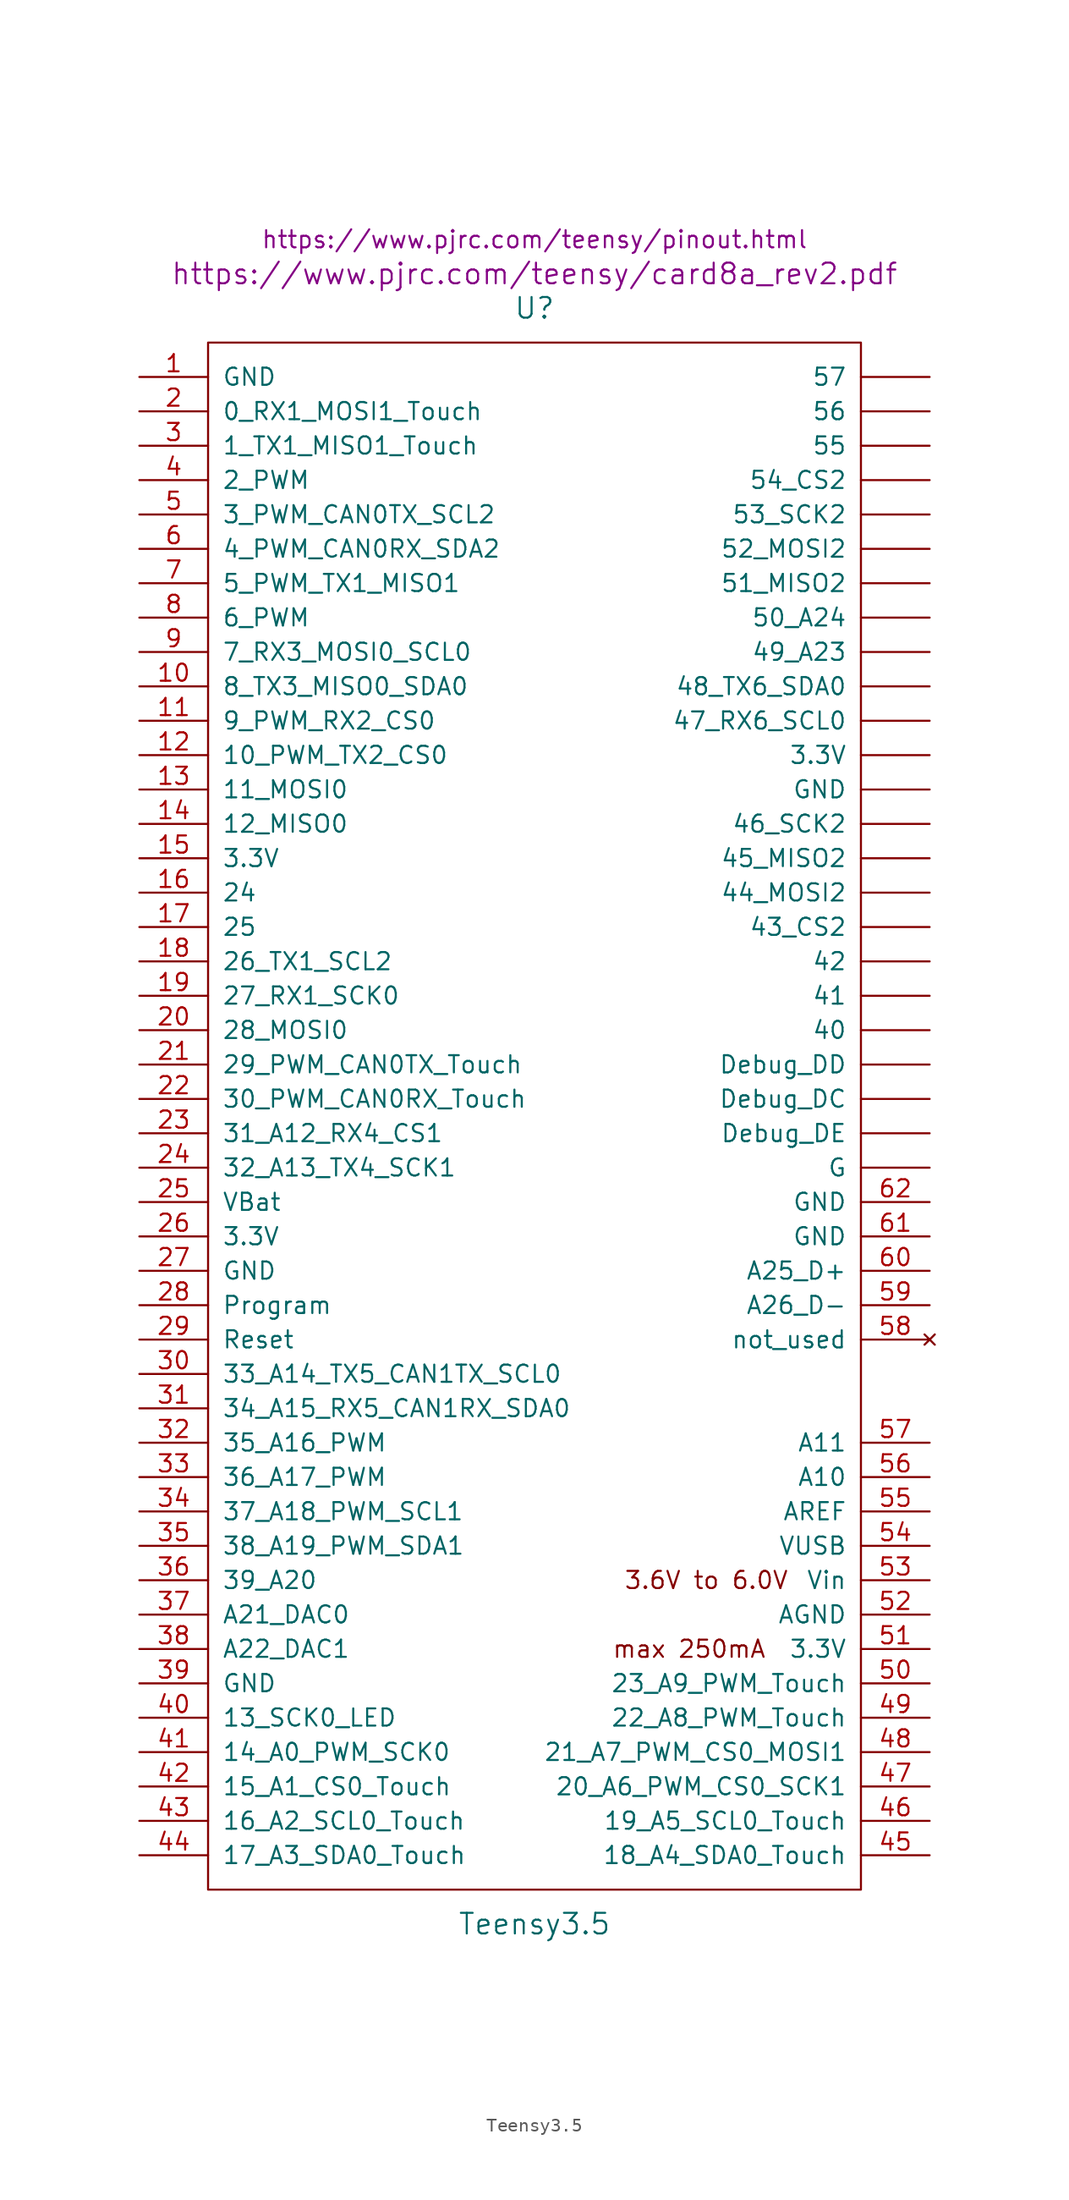
<source format=kicad_sym>
(kicad_symbol_lib
  (version 20241209)
  (generator "kicad_symbol_editor")
  (generator_version "9.0")
  (symbol "Teensy3.5"
    (pin_names
      (offset 1.016))
    (property "Reference" "U"
      (at 0 59.69 0)
      (effects (font (size 1.524 1.524))))
    (property "Value" "Teensy3.5"
      (at 0 -59.69 0)
      (effects (font (size 1.524 1.524))))
    (property "Footprint" ""
      (at -2.54 57.15 0)
      (effects (font (size 1.524 1.524))))
    (property "Datasheet" "https://www.pjrc.com/teensy/card8a_rev2.pdf"
      (at 0 62.23 0)
      (effects (font (size 1.524 1.524))))
    (property "Pinouts" "https://www.pjrc.com/teensy/pinout.html"
      (at 0 64.77 0)
      (effects (font (size 1.27 1.27))))
    (symbol "Teensy3.5_0_0"
      (text "max 250mA" (at 11.43 -39.37 0) (effects (font (size 1.27 1.27))))
      (text "3.6V to 6.0V" (at 12.7 -34.29 0) (effects (font (size 1.27 1.27)))))
    (symbol "Teensy3.5_0_1"
      (rectangle (start -24.13 57.15) (end 24.13 -57.15) (stroke (width 0) (type solid)) (fill (type none))))
    (symbol "Teensy3.5_1_1"
      (pin power_in line (at -29.21 54.61 0) (length 5.08) (name "GND" (effects (font (size 1.27 1.27)))) (number "1" (effects (font (size 1.27 1.27)))))
      (pin bidirectional line (at -29.21 52.07 0) (length 5.08) (name "0_RX1_MOSI1_Touch" (effects (font (size 1.27 1.27)))) (number "2" (effects (font (size 1.27 1.27)))))
      (pin bidirectional line (at -29.21 49.53 0) (length 5.08) (name "1_TX1_MISO1_Touch" (effects (font (size 1.27 1.27)))) (number "3" (effects (font (size 1.27 1.27)))))
      (pin bidirectional line (at -29.21 46.99 0) (length 5.08) (name "2_PWM" (effects (font (size 1.27 1.27)))) (number "4" (effects (font (size 1.27 1.27)))))
      (pin bidirectional line (at -29.21 44.45 0) (length 5.08) (name "3_PWM_CAN0TX_SCL2" (effects (font (size 1.27 1.27)))) (number "5" (effects (font (size 1.27 1.27)))))
      (pin bidirectional line (at -29.21 41.91 0) (length 5.08) (name "4_PWM_CAN0RX_SDA2" (effects (font (size 1.27 1.27)))) (number "6" (effects (font (size 1.27 1.27)))))
      (pin bidirectional line (at -29.21 39.37 0) (length 5.08) (name "5_PWM_TX1_MISO1" (effects (font (size 1.27 1.27)))) (number "7" (effects (font (size 1.27 1.27)))))
      (pin bidirectional line (at -29.21 36.83 0) (length 5.08) (name "6_PWM" (effects (font (size 1.27 1.27)))) (number "8" (effects (font (size 1.27 1.27)))))
      (pin bidirectional line (at -29.21 34.29 0) (length 5.08) (name "7_RX3_MOSI0_SCL0" (effects (font (size 1.27 1.27)))) (number "9" (effects (font (size 1.27 1.27)))))
      (pin bidirectional line (at -29.21 31.75 0) (length 5.08) (name "8_TX3_MISO0_SDA0" (effects (font (size 1.27 1.27)))) (number "10" (effects (font (size 1.27 1.27)))))
      (pin bidirectional line (at -29.21 29.21 0) (length 5.08) (name "9_PWM_RX2_CS0" (effects (font (size 1.27 1.27)))) (number "11" (effects (font (size 1.27 1.27)))))
      (pin bidirectional line (at -29.21 26.67 0) (length 5.08) (name "10_PWM_TX2_CS0" (effects (font (size 1.27 1.27)))) (number "12" (effects (font (size 1.27 1.27)))))
      (pin bidirectional line (at -29.21 24.13 0) (length 5.08) (name "11_MOSI0" (effects (font (size 1.27 1.27)))) (number "13" (effects (font (size 1.27 1.27)))))
      (pin bidirectional line (at -29.21 21.59 0) (length 5.08) (name "12_MISO0" (effects (font (size 1.27 1.27)))) (number "14" (effects (font (size 1.27 1.27)))))
      (pin power_out line (at -29.21 19.05 0) (length 5.08) (name "3.3V" (effects (font (size 1.27 1.27)))) (number "15" (effects (font (size 1.27 1.27)))))
      (pin bidirectional line (at -29.21 16.51 0) (length 5.08) (name "24" (effects (font (size 1.27 1.27)))) (number "16" (effects (font (size 1.27 1.27)))))
      (pin bidirectional line (at -29.21 13.97 0) (length 5.08) (name "25" (effects (font (size 1.27 1.27)))) (number "17" (effects (font (size 1.27 1.27)))))
      (pin bidirectional line (at -29.21 11.43 0) (length 5.08) (name "26_TX1_SCL2" (effects (font (size 1.27 1.27)))) (number "18" (effects (font (size 1.27 1.27)))))
      (pin bidirectional line (at -29.21 8.89 0) (length 5.08) (name "27_RX1_SCK0" (effects (font (size 1.27 1.27)))) (number "19" (effects (font (size 1.27 1.27)))))
      (pin bidirectional line (at -29.21 6.35 0) (length 5.08) (name "28_MOSI0" (effects (font (size 1.27 1.27)))) (number "20" (effects (font (size 1.27 1.27)))))
      (pin bidirectional line (at -29.21 3.81 0) (length 5.08) (name "29_PWM_CAN0TX_Touch" (effects (font (size 1.27 1.27)))) (number "21" (effects (font (size 1.27 1.27)))))
      (pin bidirectional line (at -29.21 1.27 0) (length 5.08) (name "30_PWM_CAN0RX_Touch" (effects (font (size 1.27 1.27)))) (number "22" (effects (font (size 1.27 1.27)))))
      (pin bidirectional line (at -29.21 -1.27 0) (length 5.08) (name "31_A12_RX4_CS1" (effects (font (size 1.27 1.27)))) (number "23" (effects (font (size 1.27 1.27)))))
      (pin bidirectional line (at -29.21 -3.81 0) (length 5.08) (name "32_A13_TX4_SCK1" (effects (font (size 1.27 1.27)))) (number "24" (effects (font (size 1.27 1.27)))))
      (pin power_in line (at -29.21 -6.35 0) (length 5.08) (name "VBat" (effects (font (size 1.27 1.27)))) (number "25" (effects (font (size 1.27 1.27)))))
      (pin power_in line (at -29.21 -8.89 0) (length 5.08) (name "3.3V" (effects (font (size 1.27 1.27)))) (number "26" (effects (font (size 1.27 1.27)))))
      (pin power_in line (at -29.21 -11.43 0) (length 5.08) (name "GND" (effects (font (size 1.27 1.27)))) (number "27" (effects (font (size 1.27 1.27)))))
      (pin input line (at -29.21 -13.97 0) (length 5.08) (name "Program" (effects (font (size 1.27 1.27)))) (number "28" (effects (font (size 1.27 1.27)))))
      (pin input line (at -29.21 -16.51 0) (length 5.08) (name "Reset" (effects (font (size 1.27 1.27)))) (number "29" (effects (font (size 1.27 1.27)))))
      (pin bidirectional line (at -29.21 -19.05 0) (length 5.08) (name "33_A14_TX5_CAN1TX_SCL0" (effects (font (size 1.27 1.27)))) (number "30" (effects (font (size 1.27 1.27)))))
      (pin bidirectional line (at -29.21 -21.59 0) (length 5.08) (name "34_A15_RX5_CAN1RX_SDA0" (effects (font (size 1.27 1.27)))) (number "31" (effects (font (size 1.27 1.27)))))
      (pin bidirectional line (at -29.21 -24.13 0) (length 5.08) (name "35_A16_PWM" (effects (font (size 1.27 1.27)))) (number "32" (effects (font (size 1.27 1.27)))))
      (pin bidirectional line (at -29.21 -26.67 0) (length 5.08) (name "36_A17_PWM" (effects (font (size 1.27 1.27)))) (number "33" (effects (font (size 1.27 1.27)))))
      (pin bidirectional line (at -29.21 -29.21 0) (length 5.08) (name "37_A18_PWM_SCL1" (effects (font (size 1.27 1.27)))) (number "34" (effects (font (size 1.27 1.27)))))
      (pin bidirectional line (at -29.21 -31.75 0) (length 5.08) (name "38_A19_PWM_SDA1" (effects (font (size 1.27 1.27)))) (number "35" (effects (font (size 1.27 1.27)))))
      (pin bidirectional line (at -29.21 -34.29 0) (length 5.08) (name "39_A20" (effects (font (size 1.27 1.27)))) (number "36" (effects (font (size 1.27 1.27)))))
      (pin bidirectional line (at -29.21 -36.83 0) (length 5.08) (name "A21_DAC0" (effects (font (size 1.27 1.27)))) (number "37" (effects (font (size 1.27 1.27)))))
      (pin bidirectional line (at -29.21 -39.37 0) (length 5.08) (name "A22_DAC1" (effects (font (size 1.27 1.27)))) (number "38" (effects (font (size 1.27 1.27)))))
      (pin power_in line (at -29.21 -41.91 0) (length 5.08) (name "GND" (effects (font (size 1.27 1.27)))) (number "39" (effects (font (size 1.27 1.27)))))
      (pin bidirectional line (at -29.21 -44.45 0) (length 5.08) (name "13_SCK0_LED" (effects (font (size 1.27 1.27)))) (number "40" (effects (font (size 1.27 1.27)))))
      (pin bidirectional line (at -29.21 -46.99 0) (length 5.08) (name "14_A0_PWM_SCK0" (effects (font (size 1.27 1.27)))) (number "41" (effects (font (size 1.27 1.27)))))
      (pin bidirectional line (at -29.21 -49.53 0) (length 5.08) (name "15_A1_CS0_Touch" (effects (font (size 1.27 1.27)))) (number "42" (effects (font (size 1.27 1.27)))))
      (pin bidirectional line (at -29.21 -52.07 0) (length 5.08) (name "16_A2_SCL0_Touch" (effects (font (size 1.27 1.27)))) (number "43" (effects (font (size 1.27 1.27)))))
      (pin bidirectional line (at -29.21 -54.61 0) (length 5.08) (name "17_A3_SDA0_Touch" (effects (font (size 1.27 1.27)))) (number "44" (effects (font (size 1.27 1.27)))))
      (pin bidirectional line (at 29.21 54.61 180) (length 5.08) (name "57" (effects (font (size 1.27 1.27)))) (number "~" (effects (font (size 1.27 1.27)))))
      (pin bidirectional line (at 29.21 52.07 180) (length 5.08) (name "56" (effects (font (size 1.27 1.27)))) (number "~" (effects (font (size 1.27 1.27)))))
      (pin bidirectional line (at 29.21 49.53 180) (length 5.08) (name "55" (effects (font (size 1.27 1.27)))) (number "~" (effects (font (size 1.27 1.27)))))
      (pin bidirectional line (at 29.21 46.99 180) (length 5.08) (name "54_CS2" (effects (font (size 1.27 1.27)))) (number "~" (effects (font (size 1.27 1.27)))))
      (pin bidirectional line (at 29.21 44.45 180) (length 5.08) (name "53_SCK2" (effects (font (size 1.27 1.27)))) (number "~" (effects (font (size 1.27 1.27)))))
      (pin bidirectional line (at 29.21 41.91 180) (length 5.08) (name "52_MOSI2" (effects (font (size 1.27 1.27)))) (number "~" (effects (font (size 1.27 1.27)))))
      (pin bidirectional line (at 29.21 39.37 180) (length 5.08) (name "51_MISO2" (effects (font (size 1.27 1.27)))) (number "~" (effects (font (size 1.27 1.27)))))
      (pin bidirectional line (at 29.21 36.83 180) (length 5.08) (name "50_A24" (effects (font (size 1.27 1.27)))) (number "~" (effects (font (size 1.27 1.27)))))
      (pin bidirectional line (at 29.21 34.29 180) (length 5.08) (name "49_A23" (effects (font (size 1.27 1.27)))) (number "~" (effects (font (size 1.27 1.27)))))
      (pin bidirectional line (at 29.21 31.75 180) (length 5.08) (name "48_TX6_SDA0" (effects (font (size 1.27 1.27)))) (number "~" (effects (font (size 1.27 1.27)))))
      (pin bidirectional line (at 29.21 29.21 180) (length 5.08) (name "47_RX6_SCL0" (effects (font (size 1.27 1.27)))) (number "~" (effects (font (size 1.27 1.27)))))
      (pin power_in line (at 29.21 26.67 180) (length 5.08) (name "3.3V" (effects (font (size 1.27 1.27)))) (number "~" (effects (font (size 1.27 1.27)))))
      (pin power_in line (at 29.21 24.13 180) (length 5.08) (name "GND" (effects (font (size 1.27 1.27)))) (number "~" (effects (font (size 1.27 1.27)))))
      (pin bidirectional line (at 29.21 21.59 180) (length 5.08) (name "46_SCK2" (effects (font (size 1.27 1.27)))) (number "~" (effects (font (size 1.27 1.27)))))
      (pin bidirectional line (at 29.21 19.05 180) (length 5.08) (name "45_MISO2" (effects (font (size 1.27 1.27)))) (number "~" (effects (font (size 1.27 1.27)))))
      (pin bidirectional line (at 29.21 16.51 180) (length 5.08) (name "44_MOSI2" (effects (font (size 1.27 1.27)))) (number "~" (effects (font (size 1.27 1.27)))))
      (pin bidirectional line (at 29.21 13.97 180) (length 5.08) (name "43_CS2" (effects (font (size 1.27 1.27)))) (number "~" (effects (font (size 1.27 1.27)))))
      (pin bidirectional line (at 29.21 11.43 180) (length 5.08) (name "42" (effects (font (size 1.27 1.27)))) (number "~" (effects (font (size 1.27 1.27)))))
      (pin bidirectional line (at 29.21 8.89 180) (length 5.08) (name "41" (effects (font (size 1.27 1.27)))) (number "~" (effects (font (size 1.27 1.27)))))
      (pin bidirectional line (at 29.21 6.35 180) (length 5.08) (name "40" (effects (font (size 1.27 1.27)))) (number "~" (effects (font (size 1.27 1.27)))))
      (pin input line (at 29.21 3.81 180) (length 5.08) (name "Debug_DD" (effects (font (size 1.27 1.27)))) (number "~" (effects (font (size 1.27 1.27)))))
      (pin input line (at 29.21 1.27 180) (length 5.08) (name "Debug_DC" (effects (font (size 1.27 1.27)))) (number "~" (effects (font (size 1.27 1.27)))))
      (pin input line (at 29.21 -1.27 180) (length 5.08) (name "Debug_DE" (effects (font (size 1.27 1.27)))) (number "~" (effects (font (size 1.27 1.27)))))
      (pin power_in line (at 29.21 -3.81 180) (length 5.08) (name "G" (effects (font (size 1.27 1.27)))) (number "~" (effects (font (size 1.27 1.27)))))
      (pin power_in line (at 29.21 -6.35 180) (length 5.08) (name "GND" (effects (font (size 1.27 1.27)))) (number "62" (effects (font (size 1.27 1.27)))))
      (pin power_in line (at 29.21 -8.89 180) (length 5.08) (name "GND" (effects (font (size 1.27 1.27)))) (number "61" (effects (font (size 1.27 1.27)))))
      (pin bidirectional line (at 29.21 -11.43 180) (length 5.08) (name "A25_D+" (effects (font (size 1.27 1.27)))) (number "60" (effects (font (size 1.27 1.27)))))
      (pin bidirectional line (at 29.21 -13.97 180) (length 5.08) (name "A26_D-" (effects (font (size 1.27 1.27)))) (number "59" (effects (font (size 1.27 1.27)))))
      (pin no_connect line (at 29.21 -16.51 180) (length 5.08) (name "not_used" (effects (font (size 1.27 1.27)))) (number "58" (effects (font (size 1.27 1.27)))))
      (pin bidirectional line (at 29.21 -24.13 180) (length 5.08) (name "A11" (effects (font (size 1.27 1.27)))) (number "57" (effects (font (size 1.27 1.27)))))
      (pin bidirectional line (at 29.21 -26.67 180) (length 5.08) (name "A10" (effects (font (size 1.27 1.27)))) (number "56" (effects (font (size 1.27 1.27)))))
      (pin input line (at 29.21 -29.21 180) (length 5.08) (name "AREF" (effects (font (size 1.27 1.27)))) (number "55" (effects (font (size 1.27 1.27)))))
      (pin power_in line (at 29.21 -31.75 180) (length 5.08) (name "VUSB" (effects (font (size 1.27 1.27)))) (number "54" (effects (font (size 1.27 1.27)))))
      (pin power_in line (at 29.21 -34.29 180) (length 5.08) (name "Vin" (effects (font (size 1.27 1.27)))) (number "53" (effects (font (size 1.27 1.27)))))
      (pin power_out line (at 29.21 -36.83 180) (length 5.08) (name "AGND" (effects (font (size 1.27 1.27)))) (number "52" (effects (font (size 1.27 1.27)))))
      (pin power_out line (at 29.21 -39.37 180) (length 5.08) (name "3.3V" (effects (font (size 1.27 1.27)))) (number "51" (effects (font (size 1.27 1.27)))))
      (pin bidirectional line (at 29.21 -41.91 180) (length 5.08) (name "23_A9_PWM_Touch" (effects (font (size 1.27 1.27)))) (number "50" (effects (font (size 1.27 1.27)))))
      (pin bidirectional line (at 29.21 -44.45 180) (length 5.08) (name "22_A8_PWM_Touch" (effects (font (size 1.27 1.27)))) (number "49" (effects (font (size 1.27 1.27)))))
      (pin bidirectional line (at 29.21 -46.99 180) (length 5.08) (name "21_A7_PWM_CS0_MOSI1" (effects (font (size 1.27 1.27)))) (number "48" (effects (font (size 1.27 1.27)))))
      (pin bidirectional line (at 29.21 -49.53 180) (length 5.08) (name "20_A6_PWM_CS0_SCK1" (effects (font (size 1.27 1.27)))) (number "47" (effects (font (size 1.27 1.27)))))
      (pin bidirectional line (at 29.21 -52.07 180) (length 5.08) (name "19_A5_SCL0_Touch" (effects (font (size 1.27 1.27)))) (number "46" (effects (font (size 1.27 1.27)))))
      (pin bidirectional line (at 29.21 -54.61 180) (length 5.08) (name "18_A4_SDA0_Touch" (effects (font (size 1.27 1.27)))) (number "45" (effects (font (size 1.27 1.27))))))))
</source>
